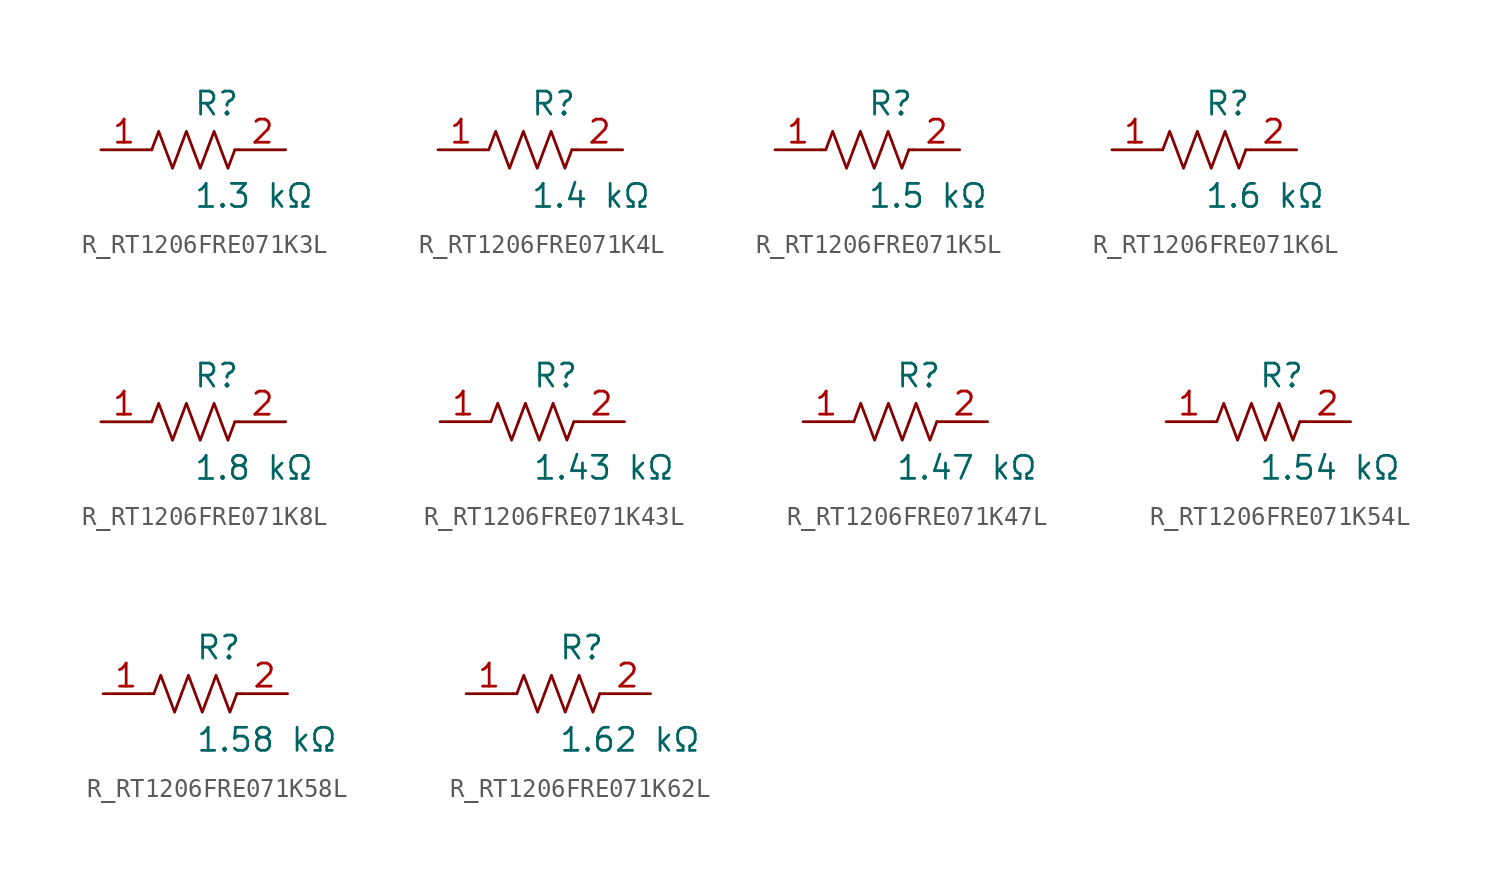
<source format=kicad_sym>
(kicad_symbol_lib
  (version 20231120)
  (generator kicad_symbol_editor)
  (generator_version 8.0)
  (symbol "R_RT1206FRE071K3L"
    (pin_names
      (offset 0.254))
    (property "Reference" "R"
      (at 0 2.54 0)
      (effects (font (size 1.27 1.27)) (justify left)))
    (property "Value" "1.3 kΩ"
      (at 0 -2.54 0)
      (effects (font (size 1.27 1.27)) (justify left)))
    (symbol "R_RT1206FRE071K3L_0_1"
      (polyline (pts (xy 2.286 0) (xy 2.54 0)) (stroke (width 0) (type default)) (fill (type none)))
      (polyline (pts (xy -2.286 0) (xy -2.54 0)) (stroke (width 0) (type default)) (fill (type none)))
      (polyline (pts (xy 0.762 0) (xy 1.143 1.016) (xy 1.524 0) (xy 1.905 -1.016) (xy 2.286 0)) (stroke (width 0) (type default)) (fill (type none)))
      (polyline (pts (xy -0.762 0) (xy -0.381 1.016) (xy 0 0) (xy 0.381 -1.016) (xy 0.762 0)) (stroke (width 0) (type default)) (fill (type none)))
      (polyline (pts (xy -2.286 0) (xy -1.905 1.016) (xy -1.524 0) (xy -1.143 -1.016) (xy -0.762 0)) (stroke (width 0) (type default)) (fill (type none))))
    (pin unspecified line
      (at -5.08 0 0)
      (length 2.54)
      (name "" (effects (font (size 1.27 1.27))))
      (number "1" (effects (font (size 1.27 1.27)))))
    (pin unspecified line
      (at 5.08 0 180)
      (length 2.54)
      (name "" (effects (font (size 1.27 1.27))))
      (number "2" (effects (font (size 1.27 1.27))))))
  (symbol "R_RT1206FRE071K4L"
    (pin_names
      (offset 0.254))
    (property "Reference" "R"
      (at 0 2.54 0)
      (effects (font (size 1.27 1.27)) (justify left)))
    (property "Value" "1.4 kΩ"
      (at 0 -2.54 0)
      (effects (font (size 1.27 1.27)) (justify left)))
    (symbol "R_RT1206FRE071K4L_0_1"
      (polyline (pts (xy 2.286 0) (xy 2.54 0)) (stroke (width 0) (type default)) (fill (type none)))
      (polyline (pts (xy -2.286 0) (xy -2.54 0)) (stroke (width 0) (type default)) (fill (type none)))
      (polyline (pts (xy 0.762 0) (xy 1.143 1.016) (xy 1.524 0) (xy 1.905 -1.016) (xy 2.286 0)) (stroke (width 0) (type default)) (fill (type none)))
      (polyline (pts (xy -0.762 0) (xy -0.381 1.016) (xy 0 0) (xy 0.381 -1.016) (xy 0.762 0)) (stroke (width 0) (type default)) (fill (type none)))
      (polyline (pts (xy -2.286 0) (xy -1.905 1.016) (xy -1.524 0) (xy -1.143 -1.016) (xy -0.762 0)) (stroke (width 0) (type default)) (fill (type none))))
    (pin unspecified line
      (at -5.08 0 0)
      (length 2.54)
      (name "" (effects (font (size 1.27 1.27))))
      (number "1" (effects (font (size 1.27 1.27)))))
    (pin unspecified line
      (at 5.08 0 180)
      (length 2.54)
      (name "" (effects (font (size 1.27 1.27))))
      (number "2" (effects (font (size 1.27 1.27))))))
  (symbol "R_RT1206FRE071K5L"
    (pin_names
      (offset 0.254))
    (property "Reference" "R"
      (at 0 2.54 0)
      (effects (font (size 1.27 1.27)) (justify left)))
    (property "Value" "1.5 kΩ"
      (at 0 -2.54 0)
      (effects (font (size 1.27 1.27)) (justify left)))
    (symbol "R_RT1206FRE071K5L_0_1"
      (polyline (pts (xy 2.286 0) (xy 2.54 0)) (stroke (width 0) (type default)) (fill (type none)))
      (polyline (pts (xy -2.286 0) (xy -2.54 0)) (stroke (width 0) (type default)) (fill (type none)))
      (polyline (pts (xy 0.762 0) (xy 1.143 1.016) (xy 1.524 0) (xy 1.905 -1.016) (xy 2.286 0)) (stroke (width 0) (type default)) (fill (type none)))
      (polyline (pts (xy -0.762 0) (xy -0.381 1.016) (xy 0 0) (xy 0.381 -1.016) (xy 0.762 0)) (stroke (width 0) (type default)) (fill (type none)))
      (polyline (pts (xy -2.286 0) (xy -1.905 1.016) (xy -1.524 0) (xy -1.143 -1.016) (xy -0.762 0)) (stroke (width 0) (type default)) (fill (type none))))
    (pin unspecified line
      (at -5.08 0 0)
      (length 2.54)
      (name "" (effects (font (size 1.27 1.27))))
      (number "1" (effects (font (size 1.27 1.27)))))
    (pin unspecified line
      (at 5.08 0 180)
      (length 2.54)
      (name "" (effects (font (size 1.27 1.27))))
      (number "2" (effects (font (size 1.27 1.27))))))
  (symbol "R_RT1206FRE071K6L"
    (pin_names
      (offset 0.254))
    (property "Reference" "R"
      (at 0 2.54 0)
      (effects (font (size 1.27 1.27)) (justify left)))
    (property "Value" "1.6 kΩ"
      (at 0 -2.54 0)
      (effects (font (size 1.27 1.27)) (justify left)))
    (symbol "R_RT1206FRE071K6L_0_1"
      (polyline (pts (xy 2.286 0) (xy 2.54 0)) (stroke (width 0) (type default)) (fill (type none)))
      (polyline (pts (xy -2.286 0) (xy -2.54 0)) (stroke (width 0) (type default)) (fill (type none)))
      (polyline (pts (xy 0.762 0) (xy 1.143 1.016) (xy 1.524 0) (xy 1.905 -1.016) (xy 2.286 0)) (stroke (width 0) (type default)) (fill (type none)))
      (polyline (pts (xy -0.762 0) (xy -0.381 1.016) (xy 0 0) (xy 0.381 -1.016) (xy 0.762 0)) (stroke (width 0) (type default)) (fill (type none)))
      (polyline (pts (xy -2.286 0) (xy -1.905 1.016) (xy -1.524 0) (xy -1.143 -1.016) (xy -0.762 0)) (stroke (width 0) (type default)) (fill (type none))))
    (pin unspecified line
      (at -5.08 0 0)
      (length 2.54)
      (name "" (effects (font (size 1.27 1.27))))
      (number "1" (effects (font (size 1.27 1.27)))))
    (pin unspecified line
      (at 5.08 0 180)
      (length 2.54)
      (name "" (effects (font (size 1.27 1.27))))
      (number "2" (effects (font (size 1.27 1.27))))))
  (symbol "R_RT1206FRE071K8L"
    (pin_names
      (offset 0.254))
    (property "Reference" "R"
      (at 0 2.54 0)
      (effects (font (size 1.27 1.27)) (justify left)))
    (property "Value" "1.8 kΩ"
      (at 0 -2.54 0)
      (effects (font (size 1.27 1.27)) (justify left)))
    (symbol "R_RT1206FRE071K8L_0_1"
      (polyline (pts (xy 2.286 0) (xy 2.54 0)) (stroke (width 0) (type default)) (fill (type none)))
      (polyline (pts (xy -2.286 0) (xy -2.54 0)) (stroke (width 0) (type default)) (fill (type none)))
      (polyline (pts (xy 0.762 0) (xy 1.143 1.016) (xy 1.524 0) (xy 1.905 -1.016) (xy 2.286 0)) (stroke (width 0) (type default)) (fill (type none)))
      (polyline (pts (xy -0.762 0) (xy -0.381 1.016) (xy 0 0) (xy 0.381 -1.016) (xy 0.762 0)) (stroke (width 0) (type default)) (fill (type none)))
      (polyline (pts (xy -2.286 0) (xy -1.905 1.016) (xy -1.524 0) (xy -1.143 -1.016) (xy -0.762 0)) (stroke (width 0) (type default)) (fill (type none))))
    (pin unspecified line
      (at -5.08 0 0)
      (length 2.54)
      (name "" (effects (font (size 1.27 1.27))))
      (number "1" (effects (font (size 1.27 1.27)))))
    (pin unspecified line
      (at 5.08 0 180)
      (length 2.54)
      (name "" (effects (font (size 1.27 1.27))))
      (number "2" (effects (font (size 1.27 1.27))))))
  (symbol "R_RT1206FRE071K43L"
    (pin_names
      (offset 0.254))
    (property "Reference" "R"
      (at 0 2.54 0)
      (effects (font (size 1.27 1.27)) (justify left)))
    (property "Value" "1.43 kΩ"
      (at 0 -2.54 0)
      (effects (font (size 1.27 1.27)) (justify left)))
    (symbol "R_RT1206FRE071K43L_0_1"
      (polyline (pts (xy 2.286 0) (xy 2.54 0)) (stroke (width 0) (type default)) (fill (type none)))
      (polyline (pts (xy -2.286 0) (xy -2.54 0)) (stroke (width 0) (type default)) (fill (type none)))
      (polyline (pts (xy 0.762 0) (xy 1.143 1.016) (xy 1.524 0) (xy 1.905 -1.016) (xy 2.286 0)) (stroke (width 0) (type default)) (fill (type none)))
      (polyline (pts (xy -0.762 0) (xy -0.381 1.016) (xy 0 0) (xy 0.381 -1.016) (xy 0.762 0)) (stroke (width 0) (type default)) (fill (type none)))
      (polyline (pts (xy -2.286 0) (xy -1.905 1.016) (xy -1.524 0) (xy -1.143 -1.016) (xy -0.762 0)) (stroke (width 0) (type default)) (fill (type none))))
    (pin unspecified line
      (at -5.08 0 0)
      (length 2.54)
      (name "" (effects (font (size 1.27 1.27))))
      (number "1" (effects (font (size 1.27 1.27)))))
    (pin unspecified line
      (at 5.08 0 180)
      (length 2.54)
      (name "" (effects (font (size 1.27 1.27))))
      (number "2" (effects (font (size 1.27 1.27))))))
  (symbol "R_RT1206FRE071K47L"
    (pin_names
      (offset 0.254))
    (property "Reference" "R"
      (at 0 2.54 0)
      (effects (font (size 1.27 1.27)) (justify left)))
    (property "Value" "1.47 kΩ"
      (at 0 -2.54 0)
      (effects (font (size 1.27 1.27)) (justify left)))
    (symbol "R_RT1206FRE071K47L_0_1"
      (polyline (pts (xy 2.286 0) (xy 2.54 0)) (stroke (width 0) (type default)) (fill (type none)))
      (polyline (pts (xy -2.286 0) (xy -2.54 0)) (stroke (width 0) (type default)) (fill (type none)))
      (polyline (pts (xy 0.762 0) (xy 1.143 1.016) (xy 1.524 0) (xy 1.905 -1.016) (xy 2.286 0)) (stroke (width 0) (type default)) (fill (type none)))
      (polyline (pts (xy -0.762 0) (xy -0.381 1.016) (xy 0 0) (xy 0.381 -1.016) (xy 0.762 0)) (stroke (width 0) (type default)) (fill (type none)))
      (polyline (pts (xy -2.286 0) (xy -1.905 1.016) (xy -1.524 0) (xy -1.143 -1.016) (xy -0.762 0)) (stroke (width 0) (type default)) (fill (type none))))
    (pin unspecified line
      (at -5.08 0 0)
      (length 2.54)
      (name "" (effects (font (size 1.27 1.27))))
      (number "1" (effects (font (size 1.27 1.27)))))
    (pin unspecified line
      (at 5.08 0 180)
      (length 2.54)
      (name "" (effects (font (size 1.27 1.27))))
      (number "2" (effects (font (size 1.27 1.27))))))
  (symbol "R_RT1206FRE071K54L"
    (pin_names
      (offset 0.254))
    (property "Reference" "R"
      (at 0 2.54 0)
      (effects (font (size 1.27 1.27)) (justify left)))
    (property "Value" "1.54 kΩ"
      (at 0 -2.54 0)
      (effects (font (size 1.27 1.27)) (justify left)))
    (symbol "R_RT1206FRE071K54L_0_1"
      (polyline (pts (xy 2.286 0) (xy 2.54 0)) (stroke (width 0) (type default)) (fill (type none)))
      (polyline (pts (xy -2.286 0) (xy -2.54 0)) (stroke (width 0) (type default)) (fill (type none)))
      (polyline (pts (xy 0.762 0) (xy 1.143 1.016) (xy 1.524 0) (xy 1.905 -1.016) (xy 2.286 0)) (stroke (width 0) (type default)) (fill (type none)))
      (polyline (pts (xy -0.762 0) (xy -0.381 1.016) (xy 0 0) (xy 0.381 -1.016) (xy 0.762 0)) (stroke (width 0) (type default)) (fill (type none)))
      (polyline (pts (xy -2.286 0) (xy -1.905 1.016) (xy -1.524 0) (xy -1.143 -1.016) (xy -0.762 0)) (stroke (width 0) (type default)) (fill (type none))))
    (pin unspecified line
      (at -5.08 0 0)
      (length 2.54)
      (name "" (effects (font (size 1.27 1.27))))
      (number "1" (effects (font (size 1.27 1.27)))))
    (pin unspecified line
      (at 5.08 0 180)
      (length 2.54)
      (name "" (effects (font (size 1.27 1.27))))
      (number "2" (effects (font (size 1.27 1.27))))))
  (symbol "R_RT1206FRE071K58L"
    (pin_names
      (offset 0.254))
    (property "Reference" "R"
      (at 0 2.54 0)
      (effects (font (size 1.27 1.27)) (justify left)))
    (property "Value" "1.58 kΩ"
      (at 0 -2.54 0)
      (effects (font (size 1.27 1.27)) (justify left)))
    (symbol "R_RT1206FRE071K58L_0_1"
      (polyline (pts (xy 2.286 0) (xy 2.54 0)) (stroke (width 0) (type default)) (fill (type none)))
      (polyline (pts (xy -2.286 0) (xy -2.54 0)) (stroke (width 0) (type default)) (fill (type none)))
      (polyline (pts (xy 0.762 0) (xy 1.143 1.016) (xy 1.524 0) (xy 1.905 -1.016) (xy 2.286 0)) (stroke (width 0) (type default)) (fill (type none)))
      (polyline (pts (xy -0.762 0) (xy -0.381 1.016) (xy 0 0) (xy 0.381 -1.016) (xy 0.762 0)) (stroke (width 0) (type default)) (fill (type none)))
      (polyline (pts (xy -2.286 0) (xy -1.905 1.016) (xy -1.524 0) (xy -1.143 -1.016) (xy -0.762 0)) (stroke (width 0) (type default)) (fill (type none))))
    (pin unspecified line
      (at -5.08 0 0)
      (length 2.54)
      (name "" (effects (font (size 1.27 1.27))))
      (number "1" (effects (font (size 1.27 1.27)))))
    (pin unspecified line
      (at 5.08 0 180)
      (length 2.54)
      (name "" (effects (font (size 1.27 1.27))))
      (number "2" (effects (font (size 1.27 1.27))))))
  (symbol "R_RT1206FRE071K62L"
    (pin_names
      (offset 0.254))
    (property "Reference" "R"
      (at 0 2.54 0)
      (effects (font (size 1.27 1.27)) (justify left)))
    (property "Value" "1.62 kΩ"
      (at 0 -2.54 0)
      (effects (font (size 1.27 1.27)) (justify left)))
    (symbol "R_RT1206FRE071K62L_0_1"
      (polyline (pts (xy 2.286 0) (xy 2.54 0)) (stroke (width 0) (type default)) (fill (type none)))
      (polyline (pts (xy -2.286 0) (xy -2.54 0)) (stroke (width 0) (type default)) (fill (type none)))
      (polyline (pts (xy 0.762 0) (xy 1.143 1.016) (xy 1.524 0) (xy 1.905 -1.016) (xy 2.286 0)) (stroke (width 0) (type default)) (fill (type none)))
      (polyline (pts (xy -0.762 0) (xy -0.381 1.016) (xy 0 0) (xy 0.381 -1.016) (xy 0.762 0)) (stroke (width 0) (type default)) (fill (type none)))
      (polyline (pts (xy -2.286 0) (xy -1.905 1.016) (xy -1.524 0) (xy -1.143 -1.016) (xy -0.762 0)) (stroke (width 0) (type default)) (fill (type none))))
    (pin unspecified line
      (at -5.08 0 0)
      (length 2.54)
      (name "" (effects (font (size 1.27 1.27))))
      (number "1" (effects (font (size 1.27 1.27)))))
    (pin unspecified line
      (at 5.08 0 180)
      (length 2.54)
      (name "" (effects (font (size 1.27 1.27))))
      (number "2" (effects (font (size 1.27 1.27)))))))
</source>
